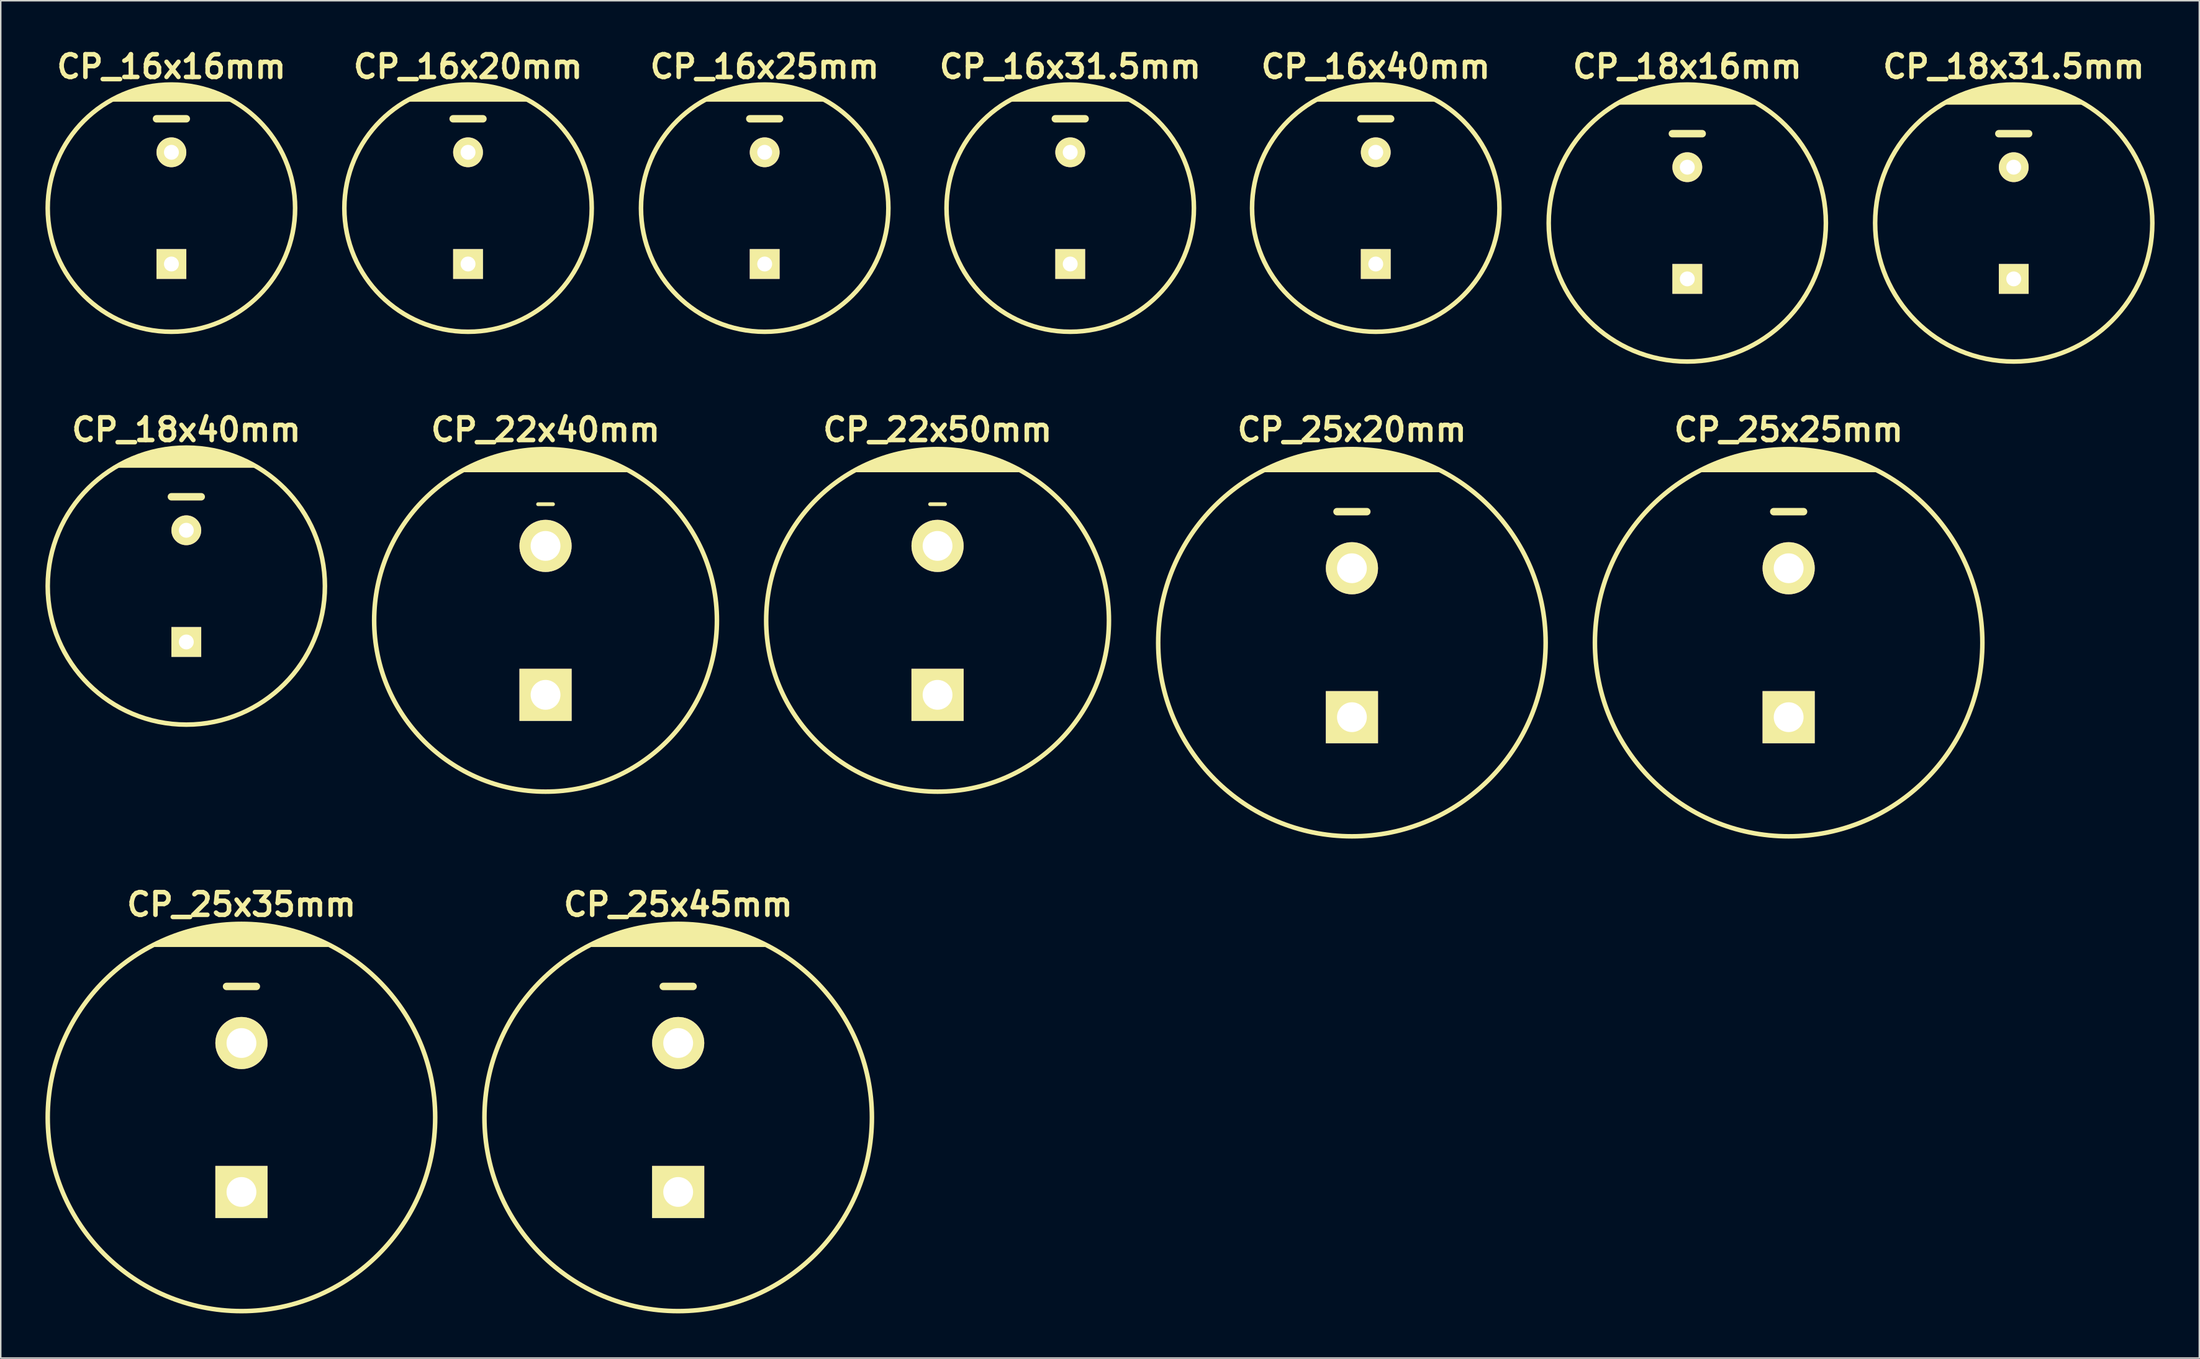
<source format=kicad_pcb>
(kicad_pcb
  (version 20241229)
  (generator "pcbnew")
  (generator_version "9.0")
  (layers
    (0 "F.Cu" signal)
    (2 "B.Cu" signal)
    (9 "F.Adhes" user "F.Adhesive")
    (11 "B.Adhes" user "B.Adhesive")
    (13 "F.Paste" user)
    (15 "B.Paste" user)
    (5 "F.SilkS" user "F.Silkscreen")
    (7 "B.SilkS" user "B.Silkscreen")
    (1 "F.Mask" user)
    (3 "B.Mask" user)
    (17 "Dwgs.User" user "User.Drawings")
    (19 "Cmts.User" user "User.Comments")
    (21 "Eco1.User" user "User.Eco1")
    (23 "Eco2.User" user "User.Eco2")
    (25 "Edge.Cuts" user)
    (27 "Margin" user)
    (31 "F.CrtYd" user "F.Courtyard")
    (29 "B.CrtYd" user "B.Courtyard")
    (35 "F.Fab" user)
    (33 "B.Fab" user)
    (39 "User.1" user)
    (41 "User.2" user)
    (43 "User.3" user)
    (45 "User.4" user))
  (footprint "CP_25x45mm"
    (layer "F.Cu")
    (at 42.457 71.984)
    (property "Reference" "CP_25x45mm" (at 0 -14.3 0) (layer "F.SilkS") (effects (font (size 1.524 1.524) (thickness 0.305))))
    (attr through_hole)
    (fp_line (start -5.8 -11.6) (end 5.8 -11.6) (stroke (width 0.305) (type solid)) (layer "F.SilkS"))
    (fp_line (start -4.9 -12) (end 4.9 -12) (stroke (width 0.305) (type solid)) (layer "F.SilkS"))
    (fp_line (start -3.8 -12.4) (end 3.8 -12.4) (stroke (width 0.305) (type solid)) (layer "F.SilkS"))
    (fp_line (start -2.2 -12.8) (end 2.1 -12.8) (stroke (width 0.305) (type solid)) (layer "F.SilkS"))
    (fp_line (start -1 -8.8) (end 1 -8.8) (stroke (width 0.5) (type solid)) (layer "F.SilkS"))
    (fp_line (start 3 -12.6) (end -3.1 -12.6) (stroke (width 0.305) (type solid)) (layer "F.SilkS"))
    (fp_line (start 4.4 -12.2) (end -4.4 -12.2) (stroke (width 0.305) (type solid)) (layer "F.SilkS"))
    (fp_line (start 5.4 -11.8) (end -5.3 -11.8) (stroke (width 0.305) (type solid)) (layer "F.SilkS"))
    (fp_circle (center 0 0) (end -13 0) (stroke (width 0.305) (type solid)) (fill no) (layer "F.SilkS"))
    (pad "1" thru_hole rect (at 0 5) (size 3.5 3.5) (drill 2) (layers "*.Cu" "*.Mask" "F.SilkS"))
    (pad "2" thru_hole circle (at 0 -5) (size 3.5 3.5) (drill 2) (layers "*.Cu" "*.Mask" "F.SilkS")))
  (footprint "CP_16x16mm"
    (layer "F.Cu")
    (at 8.452 10.926)
    (property "Reference" "CP_16x16mm" (at 0 -9.5 0) (layer "F.SilkS") (effects (font (size 1.524 1.524) (thickness 0.305))))
    (attr through_hole)
    (fp_line (start -3.4 -7.5) (end 3.4 -7.5) (stroke (width 0.305) (type solid)) (layer "F.SilkS"))
    (fp_line (start -2.4 -7.9) (end 2.4 -7.9) (stroke (width 0.305) (type solid)) (layer "F.SilkS"))
    (fp_line (start -1.7 -8.1) (end 1.7 -8.1) (stroke (width 0.305) (type solid)) (layer "F.SilkS"))
    (fp_line (start -1 -6) (end 1 -6) (stroke (width 0.5) (type solid)) (layer "F.SilkS"))
    (fp_line (start 3 -7.7) (end -2.9 -7.7) (stroke (width 0.305) (type solid)) (layer "F.SilkS"))
    (fp_line (start 3.9 -7.3) (end -3.9 -7.3) (stroke (width 0.305) (type solid)) (layer "F.SilkS"))
    (fp_circle (center 0 0) (end -8.3 0) (stroke (width 0.305) (type solid)) (fill no) (layer "F.SilkS"))
    (pad "1" thru_hole rect (at 0 3.75) (size 2 2) (drill 1) (layers "*.Cu" "*.Mask" "F.SilkS"))
    (pad "2" thru_hole circle (at 0 -3.75) (size 2 2) (drill 1) (layers "*.Cu" "*.Mask" "F.SilkS")))
  (footprint "CP_18x40mm"
    (layer "F.Cu")
    (at 9.452 36.305)
    (property "Reference" "CP_18x40mm" (at 0 -10.5 0) (layer "F.SilkS") (effects (font (size 1.524 1.524) (thickness 0.305))))
    (attr through_hole)
    (fp_line (start -4.5 -8.1) (end 4.5 -8.1) (stroke (width 0.305) (type solid)) (layer "F.SilkS"))
    (fp_line (start -4.1 -8.3) (end 4.1 -8.3) (stroke (width 0.305) (type solid)) (layer "F.SilkS"))
    (fp_line (start -3.2 -8.7) (end 3.2 -8.7) (stroke (width 0.305) (type solid)) (layer "F.SilkS"))
    (fp_line (start -1.8 -9.1) (end 1.8 -9.1) (stroke (width 0.305) (type solid)) (layer "F.SilkS"))
    (fp_line (start -1 -6) (end 1 -6) (stroke (width 0.5) (type solid)) (layer "F.SilkS"))
    (fp_line (start 2.6 -8.9) (end -2.6 -8.9) (stroke (width 0.305) (type solid)) (layer "F.SilkS"))
    (fp_line (start 3.7 -8.5) (end -3.7 -8.5) (stroke (width 0.305) (type solid)) (layer "F.SilkS"))
    (fp_circle (center 0 0) (end -9.3 0) (stroke (width 0.305) (type solid)) (fill no) (layer "F.SilkS"))
    (pad "1" thru_hole rect (at 0 3.75) (size 2 2) (drill 1) (layers "*.Cu" "*.Mask" "F.SilkS"))
    (pad "2" thru_hole circle (at 0 -3.75) (size 2 2) (drill 1) (layers "*.Cu" "*.Mask" "F.SilkS")))
  (footprint "CP_25x35mm"
    (layer "F.Cu")
    (at 13.152 71.984)
    (property "Reference" "CP_25x35mm" (at 0 -14.3 0) (layer "F.SilkS") (effects (font (size 1.524 1.524) (thickness 0.305))))
    (attr through_hole)
    (fp_line (start -5.8 -11.6) (end 5.8 -11.6) (stroke (width 0.305) (type solid)) (layer "F.SilkS"))
    (fp_line (start -4.9 -12) (end 4.9 -12) (stroke (width 0.305) (type solid)) (layer "F.SilkS"))
    (fp_line (start -3.8 -12.4) (end 3.8 -12.4) (stroke (width 0.305) (type solid)) (layer "F.SilkS"))
    (fp_line (start -2.2 -12.8) (end 2.1 -12.8) (stroke (width 0.305) (type solid)) (layer "F.SilkS"))
    (fp_line (start -1 -8.8) (end 1 -8.8) (stroke (width 0.5) (type solid)) (layer "F.SilkS"))
    (fp_line (start 3 -12.6) (end -3.1 -12.6) (stroke (width 0.305) (type solid)) (layer "F.SilkS"))
    (fp_line (start 4.4 -12.2) (end -4.4 -12.2) (stroke (width 0.305) (type solid)) (layer "F.SilkS"))
    (fp_line (start 5.4 -11.8) (end -5.3 -11.8) (stroke (width 0.305) (type solid)) (layer "F.SilkS"))
    (fp_circle (center 0 0) (end -13 0) (stroke (width 0.305) (type solid)) (fill no) (layer "F.SilkS"))
    (pad "1" thru_hole rect (at 0 5) (size 3.5 3.5) (drill 2) (layers "*.Cu" "*.Mask" "F.SilkS"))
    (pad "2" thru_hole circle (at 0 -5) (size 3.5 3.5) (drill 2) (layers "*.Cu" "*.Mask" "F.SilkS")))
  (footprint "CP_22x40mm"
    (layer "F.Cu")
    (at 33.557 38.605)
    (property "Reference" "CP_22x40mm" (at 0 -12.8 0) (layer "F.SilkS") (effects (font (size 1.524 1.524) (thickness 0.305))))
    (attr through_hole)
    (fp_line (start -5.4 -10.1) (end 5.4 -10.1) (stroke (width 0.305) (type solid)) (layer "F.SilkS"))
    (fp_line (start -4.5 -10.5) (end 4.5 -10.5) (stroke (width 0.305) (type solid)) (layer "F.SilkS"))
    (fp_line (start -3.5 -10.9) (end 3.5 -10.9) (stroke (width 0.305) (type solid)) (layer "F.SilkS"))
    (fp_line (start -2.9 -11.1) (end 2.9 -11.1) (stroke (width 0.305) (type solid)) (layer "F.SilkS"))
    (fp_line (start -2 -11.3) (end 2 -11.3) (stroke (width 0.305) (type solid)) (layer "F.SilkS"))
    (fp_line (start -0.5 -7.8) (end 0.5 -7.8) (stroke (width 0.254) (type solid)) (layer "F.SilkS"))
    (fp_line (start 4.1 -10.7) (end -4.1 -10.7) (stroke (width 0.305) (type solid)) (layer "F.SilkS"))
    (fp_line (start 5 -10.3) (end -5 -10.3) (stroke (width 0.305) (type solid)) (layer "F.SilkS"))
    (fp_circle (center 0 0) (end -11.5 0) (stroke (width 0.305) (type solid)) (fill no) (layer "F.SilkS"))
    (pad "1" thru_hole rect (at 0 5) (size 3.5 3.5) (drill 2) (layers "*.Cu" "*.Mask" "F.SilkS"))
    (pad "2" thru_hole circle (at 0 -5) (size 3.5 3.5) (drill 2) (layers "*.Cu" "*.Mask" "F.SilkS")))
  (footprint "CP_25x25mm"
    (layer "F.Cu")
    (at 116.972 40.105)
    (property "Reference" "CP_25x25mm" (at 0 -14.3 0) (layer "F.SilkS") (effects (font (size 1.524 1.524) (thickness 0.305))))
    (attr through_hole)
    (fp_line (start -5.8 -11.6) (end 5.8 -11.6) (stroke (width 0.305) (type solid)) (layer "F.SilkS"))
    (fp_line (start -4.9 -12) (end 4.9 -12) (stroke (width 0.305) (type solid)) (layer "F.SilkS"))
    (fp_line (start -3.8 -12.4) (end 3.8 -12.4) (stroke (width 0.305) (type solid)) (layer "F.SilkS"))
    (fp_line (start -2.2 -12.8) (end 2.1 -12.8) (stroke (width 0.305) (type solid)) (layer "F.SilkS"))
    (fp_line (start -1 -8.8) (end 1 -8.8) (stroke (width 0.5) (type solid)) (layer "F.SilkS"))
    (fp_line (start 3 -12.6) (end -3.1 -12.6) (stroke (width 0.305) (type solid)) (layer "F.SilkS"))
    (fp_line (start 4.4 -12.2) (end -4.4 -12.2) (stroke (width 0.305) (type solid)) (layer "F.SilkS"))
    (fp_line (start 5.4 -11.8) (end -5.3 -11.8) (stroke (width 0.305) (type solid)) (layer "F.SilkS"))
    (fp_circle (center 0 0) (end -13 0) (stroke (width 0.305) (type solid)) (fill no) (layer "F.SilkS"))
    (pad "1" thru_hole rect (at 0 5) (size 3.5 3.5) (drill 2) (layers "*.Cu" "*.Mask" "F.SilkS"))
    (pad "2" thru_hole circle (at 0 -5) (size 3.5 3.5) (drill 2) (layers "*.Cu" "*.Mask" "F.SilkS")))
  (footprint "CP_16x20mm"
    (layer "F.Cu")
    (at 28.357 10.926)
    (property "Reference" "CP_16x20mm" (at 0 -9.5 0) (layer "F.SilkS") (effects (font (size 1.524 1.524) (thickness 0.305))))
    (attr through_hole)
    (fp_line (start -3.4 -7.5) (end 3.4 -7.5) (stroke (width 0.305) (type solid)) (layer "F.SilkS"))
    (fp_line (start -2.4 -7.9) (end 2.4 -7.9) (stroke (width 0.305) (type solid)) (layer "F.SilkS"))
    (fp_line (start -1.7 -8.1) (end 1.7 -8.1) (stroke (width 0.305) (type solid)) (layer "F.SilkS"))
    (fp_line (start -1 -6) (end 1 -6) (stroke (width 0.5) (type solid)) (layer "F.SilkS"))
    (fp_line (start 3 -7.7) (end -2.9 -7.7) (stroke (width 0.305) (type solid)) (layer "F.SilkS"))
    (fp_line (start 3.9 -7.3) (end -3.9 -7.3) (stroke (width 0.305) (type solid)) (layer "F.SilkS"))
    (fp_circle (center 0 0) (end -8.3 0) (stroke (width 0.305) (type solid)) (fill no) (layer "F.SilkS"))
    (pad "1" thru_hole rect (at 0 3.75) (size 2 2) (drill 1) (layers "*.Cu" "*.Mask" "F.SilkS"))
    (pad "2" thru_hole circle (at 0 -3.75) (size 2 2) (drill 1) (layers "*.Cu" "*.Mask" "F.SilkS")))
  (footprint "CP_22x50mm"
    (layer "F.Cu")
    (at 59.862 38.605)
    (property "Reference" "CP_22x50mm" (at 0 -12.8 0) (layer "F.SilkS") (effects (font (size 1.524 1.524) (thickness 0.305))))
    (attr through_hole)
    (fp_line (start -5.4 -10.1) (end 5.4 -10.1) (stroke (width 0.305) (type solid)) (layer "F.SilkS"))
    (fp_line (start -4.5 -10.5) (end 4.5 -10.5) (stroke (width 0.305) (type solid)) (layer "F.SilkS"))
    (fp_line (start -3.5 -10.9) (end 3.5 -10.9) (stroke (width 0.305) (type solid)) (layer "F.SilkS"))
    (fp_line (start -2.9 -11.1) (end 2.9 -11.1) (stroke (width 0.305) (type solid)) (layer "F.SilkS"))
    (fp_line (start -2 -11.3) (end 2 -11.3) (stroke (width 0.305) (type solid)) (layer "F.SilkS"))
    (fp_line (start -0.5 -7.8) (end 0.5 -7.8) (stroke (width 0.254) (type solid)) (layer "F.SilkS"))
    (fp_line (start 4.1 -10.7) (end -4.1 -10.7) (stroke (width 0.305) (type solid)) (layer "F.SilkS"))
    (fp_line (start 5 -10.3) (end -5 -10.3) (stroke (width 0.305) (type solid)) (layer "F.SilkS"))
    (fp_circle (center 0 0) (end -11.5 0) (stroke (width 0.305) (type solid)) (fill no) (layer "F.SilkS"))
    (pad "1" thru_hole rect (at 0 5) (size 3.5 3.5) (drill 2) (layers "*.Cu" "*.Mask" "F.SilkS"))
    (pad "2" thru_hole circle (at 0 -5) (size 3.5 3.5) (drill 2) (layers "*.Cu" "*.Mask" "F.SilkS")))
  (footprint "CP_18x16mm"
    (layer "F.Cu")
    (at 110.171 11.926)
    (property "Reference" "CP_18x16mm" (at 0 -10.5 0) (layer "F.SilkS") (effects (font (size 1.524 1.524) (thickness 0.305))))
    (attr through_hole)
    (fp_line (start -4.5 -8.1) (end 4.5 -8.1) (stroke (width 0.305) (type solid)) (layer "F.SilkS"))
    (fp_line (start -4.1 -8.3) (end 4.1 -8.3) (stroke (width 0.305) (type solid)) (layer "F.SilkS"))
    (fp_line (start -3.2 -8.7) (end 3.2 -8.7) (stroke (width 0.305) (type solid)) (layer "F.SilkS"))
    (fp_line (start -1.8 -9.1) (end 1.8 -9.1) (stroke (width 0.305) (type solid)) (layer "F.SilkS"))
    (fp_line (start -1 -6) (end 1 -6) (stroke (width 0.5) (type solid)) (layer "F.SilkS"))
    (fp_line (start 2.6 -8.9) (end -2.6 -8.9) (stroke (width 0.305) (type solid)) (layer "F.SilkS"))
    (fp_line (start 3.7 -8.5) (end -3.7 -8.5) (stroke (width 0.305) (type solid)) (layer "F.SilkS"))
    (fp_circle (center 0 0) (end -9.3 0) (stroke (width 0.305) (type solid)) (fill no) (layer "F.SilkS"))
    (pad "1" thru_hole rect (at 0 3.75) (size 2 2) (drill 1) (layers "*.Cu" "*.Mask" "F.SilkS"))
    (pad "2" thru_hole circle (at 0 -3.75) (size 2 2) (drill 1) (layers "*.Cu" "*.Mask" "F.SilkS")))
  (footprint "CP_25x20mm"
    (layer "F.Cu")
    (at 87.667 40.105)
    (property "Reference" "CP_25x20mm" (at 0 -14.3 0) (layer "F.SilkS") (effects (font (size 1.524 1.524) (thickness 0.305))))
    (attr through_hole)
    (fp_line (start -5.8 -11.6) (end 5.8 -11.6) (stroke (width 0.305) (type solid)) (layer "F.SilkS"))
    (fp_line (start -4.9 -12) (end 4.9 -12) (stroke (width 0.305) (type solid)) (layer "F.SilkS"))
    (fp_line (start -3.8 -12.4) (end 3.8 -12.4) (stroke (width 0.305) (type solid)) (layer "F.SilkS"))
    (fp_line (start -2.2 -12.8) (end 2.1 -12.8) (stroke (width 0.305) (type solid)) (layer "F.SilkS"))
    (fp_line (start -1 -8.8) (end 1 -8.8) (stroke (width 0.5) (type solid)) (layer "F.SilkS"))
    (fp_line (start 3 -12.6) (end -3.1 -12.6) (stroke (width 0.305) (type solid)) (layer "F.SilkS"))
    (fp_line (start 4.4 -12.2) (end -4.4 -12.2) (stroke (width 0.305) (type solid)) (layer "F.SilkS"))
    (fp_line (start 5.4 -11.8) (end -5.3 -11.8) (stroke (width 0.305) (type solid)) (layer "F.SilkS"))
    (fp_circle (center 0 0) (end -13 0) (stroke (width 0.305) (type solid)) (fill no) (layer "F.SilkS"))
    (pad "1" thru_hole rect (at 0 5) (size 3.5 3.5) (drill 2) (layers "*.Cu" "*.Mask" "F.SilkS"))
    (pad "2" thru_hole circle (at 0 -5) (size 3.5 3.5) (drill 2) (layers "*.Cu" "*.Mask" "F.SilkS")))
  (footprint "CP_16x25mm"
    (layer "F.Cu")
    (at 48.262 10.926)
    (property "Reference" "CP_16x25mm" (at 0 -9.5 0) (layer "F.SilkS") (effects (font (size 1.524 1.524) (thickness 0.305))))
    (attr through_hole)
    (fp_line (start -3.4 -7.5) (end 3.4 -7.5) (stroke (width 0.305) (type solid)) (layer "F.SilkS"))
    (fp_line (start -2.4 -7.9) (end 2.4 -7.9) (stroke (width 0.305) (type solid)) (layer "F.SilkS"))
    (fp_line (start -1.7 -8.1) (end 1.7 -8.1) (stroke (width 0.305) (type solid)) (layer "F.SilkS"))
    (fp_line (start -1 -6) (end 1 -6) (stroke (width 0.5) (type solid)) (layer "F.SilkS"))
    (fp_line (start 3 -7.7) (end -2.9 -7.7) (stroke (width 0.305) (type solid)) (layer "F.SilkS"))
    (fp_line (start 3.9 -7.3) (end -3.9 -7.3) (stroke (width 0.305) (type solid)) (layer "F.SilkS"))
    (fp_circle (center 0 0) (end -8.3 0) (stroke (width 0.305) (type solid)) (fill no) (layer "F.SilkS"))
    (pad "1" thru_hole rect (at 0 3.75) (size 2 2) (drill 1) (layers "*.Cu" "*.Mask" "F.SilkS"))
    (pad "2" thru_hole circle (at 0 -3.75) (size 2 2) (drill 1) (layers "*.Cu" "*.Mask" "F.SilkS")))
  (footprint "CP_16x31.5mm"
    (layer "F.Cu")
    (at 68.764 10.926)
    (property "Reference" "CP_16x31.5mm" (at 0 -9.5 0) (layer "F.SilkS") (effects (font (size 1.524 1.524) (thickness 0.305))))
    (attr through_hole)
    (fp_line (start -3.4 -7.5) (end 3.4 -7.5) (stroke (width 0.305) (type solid)) (layer "F.SilkS"))
    (fp_line (start -2.4 -7.9) (end 2.4 -7.9) (stroke (width 0.305) (type solid)) (layer "F.SilkS"))
    (fp_line (start -1.7 -8.1) (end 1.7 -8.1) (stroke (width 0.305) (type solid)) (layer "F.SilkS"))
    (fp_line (start -1 -6) (end 1 -6) (stroke (width 0.5) (type solid)) (layer "F.SilkS"))
    (fp_line (start 3 -7.7) (end -2.9 -7.7) (stroke (width 0.305) (type solid)) (layer "F.SilkS"))
    (fp_line (start 3.9 -7.3) (end -3.9 -7.3) (stroke (width 0.305) (type solid)) (layer "F.SilkS"))
    (fp_circle (center 0 0) (end -8.3 0) (stroke (width 0.305) (type solid)) (fill no) (layer "F.SilkS"))
    (pad "1" thru_hole rect (at 0 3.75) (size 2 2) (drill 1) (layers "*.Cu" "*.Mask" "F.SilkS"))
    (pad "2" thru_hole circle (at 0 -3.75) (size 2 2) (drill 1) (layers "*.Cu" "*.Mask" "F.SilkS")))
  (footprint "CP_18x31.5mm"
    (layer "F.Cu")
    (at 132.076 11.926)
    (property "Reference" "CP_18x31.5mm" (at 0 -10.5 0) (layer "F.SilkS") (effects (font (size 1.524 1.524) (thickness 0.305))))
    (attr through_hole)
    (fp_line (start -4.5 -8.1) (end 4.5 -8.1) (stroke (width 0.305) (type solid)) (layer "F.SilkS"))
    (fp_line (start -4.1 -8.3) (end 4.1 -8.3) (stroke (width 0.305) (type solid)) (layer "F.SilkS"))
    (fp_line (start -3.2 -8.7) (end 3.2 -8.7) (stroke (width 0.305) (type solid)) (layer "F.SilkS"))
    (fp_line (start -1.8 -9.1) (end 1.8 -9.1) (stroke (width 0.305) (type solid)) (layer "F.SilkS"))
    (fp_line (start -1 -6) (end 1 -6) (stroke (width 0.5) (type solid)) (layer "F.SilkS"))
    (fp_line (start 2.6 -8.9) (end -2.6 -8.9) (stroke (width 0.305) (type solid)) (layer "F.SilkS"))
    (fp_line (start 3.7 -8.5) (end -3.7 -8.5) (stroke (width 0.305) (type solid)) (layer "F.SilkS"))
    (fp_circle (center 0 0) (end -9.3 0) (stroke (width 0.305) (type solid)) (fill no) (layer "F.SilkS"))
    (pad "1" thru_hole rect (at 0 3.75) (size 2 2) (drill 1) (layers "*.Cu" "*.Mask" "F.SilkS"))
    (pad "2" thru_hole circle (at 0 -3.75) (size 2 2) (drill 1) (layers "*.Cu" "*.Mask" "F.SilkS")))
  (footprint "CP_16x40mm"
    (layer "F.Cu")
    (at 89.266 10.926)
    (property "Reference" "CP_16x40mm" (at 0 -9.5 0) (layer "F.SilkS") (effects (font (size 1.524 1.524) (thickness 0.305))))
    (attr through_hole)
    (fp_line (start -3.4 -7.5) (end 3.4 -7.5) (stroke (width 0.305) (type solid)) (layer "F.SilkS"))
    (fp_line (start -2.4 -7.9) (end 2.4 -7.9) (stroke (width 0.305) (type solid)) (layer "F.SilkS"))
    (fp_line (start -1.7 -8.1) (end 1.7 -8.1) (stroke (width 0.305) (type solid)) (layer "F.SilkS"))
    (fp_line (start -1 -6) (end 1 -6) (stroke (width 0.5) (type solid)) (layer "F.SilkS"))
    (fp_line (start 3 -7.7) (end -2.9 -7.7) (stroke (width 0.305) (type solid)) (layer "F.SilkS"))
    (fp_line (start 3.9 -7.3) (end -3.9 -7.3) (stroke (width 0.305) (type solid)) (layer "F.SilkS"))
    (fp_circle (center 0 0) (end -8.3 0) (stroke (width 0.305) (type solid)) (fill no) (layer "F.SilkS"))
    (pad "1" thru_hole rect (at 0 3.75) (size 2 2) (drill 1) (layers "*.Cu" "*.Mask" "F.SilkS"))
    (pad "2" thru_hole circle (at 0 -3.75) (size 2 2) (drill 1) (layers "*.Cu" "*.Mask" "F.SilkS")))
  (gr_rect
    (start -3 -3)
    (end 144.528 88.137)
    (stroke (width 0.1) (type default))
    (fill no)
    (layer "Edge.Cuts")))
</source>
